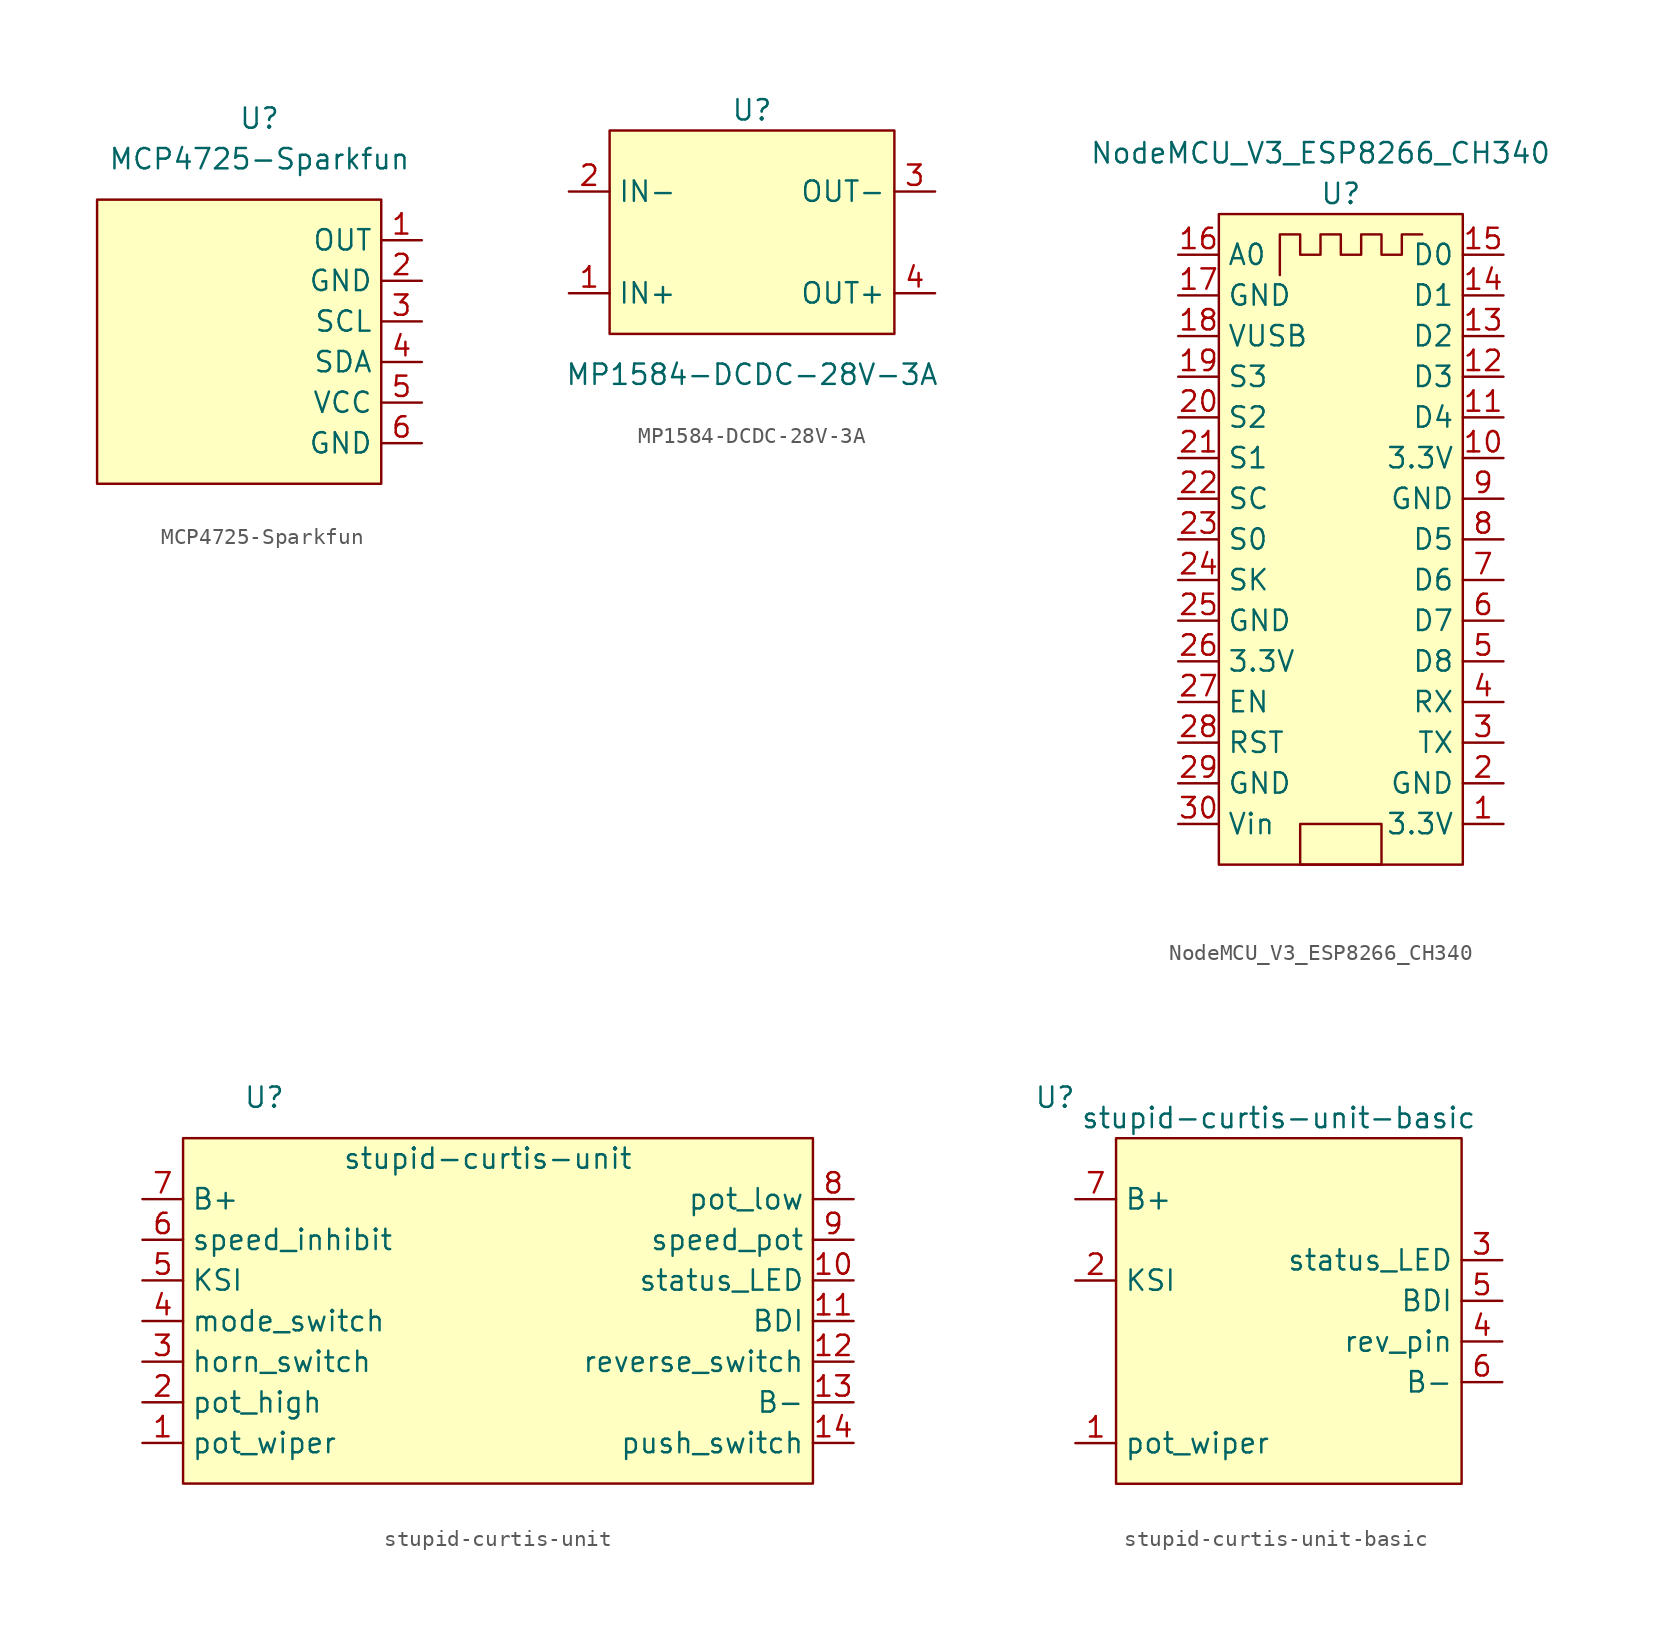
<source format=kicad_sym>
(kicad_symbol_lib
  (version 20211014)
  (generator kicad_symbol_editor)
  (symbol "MCP4725-Sparkfun"
    (property "Reference" "U"
      (at -10.16 5.08 0)
      (effects (font (size 1.27 1.27))))
    (property "Value" "MCP4725-Sparkfun"
      (at -10.16 2.54 0)
      (effects (font (size 1.27 1.27))))
    (symbol "MCP4725-Sparkfun_0_1"
      (rectangle (start -2.54 0) (end -20.32 -17.78) (stroke (width 0) (type default) (color 0 0 0 0)) (fill (type background))))
    (symbol "MCP4725-Sparkfun_1_1"
      (pin output line (at 0 -2.54 180) (length 2.54) (name "OUT" (effects (font (size 1.27 1.27)))) (number "1" (effects (font (size 1.27 1.27)))))
      (pin power_in line (at 0 -5.08 180) (length 2.54) (name "GND" (effects (font (size 1.27 1.27)))) (number "2" (effects (font (size 1.27 1.27)))))
      (pin input line (at 0 -7.62 180) (length 2.54) (name "SCL" (effects (font (size 1.27 1.27)))) (number "3" (effects (font (size 1.27 1.27)))))
      (pin input line (at 0 -10.16 180) (length 2.54) (name "SDA" (effects (font (size 1.27 1.27)))) (number "4" (effects (font (size 1.27 1.27)))))
      (pin power_in line (at 0 -12.7 180) (length 2.54) (name "VCC" (effects (font (size 1.27 1.27)))) (number "5" (effects (font (size 1.27 1.27)))))
      (pin power_in line (at 0 -15.24 180) (length 2.54) (name "GND" (effects (font (size 1.27 1.27)))) (number "6" (effects (font (size 1.27 1.27)))))))
  (symbol "MP1584-DCDC-28V-3A"
    (property "Reference" "U"
      (at 0 7.62 0)
      (effects (font (size 1.27 1.27))))
    (property "Value" "MP1584-DCDC-28V-3A"
      (at 0 -8.89 0)
      (effects (font (size 1.27 1.27))))
    (symbol "MP1584-DCDC-28V-3A_0_1"
      (rectangle (start -8.89 6.35) (end 8.89 -6.35) (stroke (width 0) (type default) (color 0 0 0 0)) (fill (type background))))
    (symbol "MP1584-DCDC-28V-3A_1_1"
      (pin power_in line (at -11.43 -3.81 0) (length 2.54) (name "IN+" (effects (font (size 1.27 1.27)))) (number "1" (effects (font (size 1.27 1.27)))))
      (pin power_in line (at -11.43 2.54 0) (length 2.54) (name "IN-" (effects (font (size 1.27 1.27)))) (number "2" (effects (font (size 1.27 1.27)))))
      (pin power_in line (at 11.43 2.54 180) (length 2.54) (name "OUT-" (effects (font (size 1.27 1.27)))) (number "3" (effects (font (size 1.27 1.27)))))
      (pin power_out line (at 11.43 -3.81 180) (length 2.54) (name "OUT+" (effects (font (size 1.27 1.27)))) (number "4" (effects (font (size 1.27 1.27)))))))
  (symbol "NodeMCU_V3_ESP8266_CH340"
    (property "Reference" "U"
      (at 0 7.62 0)
      (effects (font (size 1.27 1.27))))
    (property "Value" "NodeMCU_V3_ESP8266_CH340"
      (at -1.27 10.16 0)
      (effects (font (size 1.27 1.27))))
    (symbol "NodeMCU_V3_ESP8266_CH340_0_1"
      (rectangle (start -7.62 6.35) (end 7.62 -34.29) (stroke (width 0) (type default) (color 0 0 0 0)) (fill (type background)))
      (polyline (pts (xy -3.81 2.54) (xy -3.81 5.08) (xy -2.54 5.08) (xy -2.54 3.81) (xy -1.27 3.81) (xy -1.27 5.08) (xy 0 5.08) (xy 0 3.81) (xy 1.27 3.81) (xy 1.27 5.08) (xy 2.54 5.08) (xy 2.54 3.81) (xy 3.81 3.81) (xy 3.81 5.08) (xy 5.08 5.08)) (stroke (width 0) (type default) (color 0 0 0 0)) (fill (type none)))
      (rectangle (start 2.54 -34.29) (end -2.54 -31.75) (stroke (width 0) (type default) (color 0 0 0 0)) (fill (type none))))
    (symbol "NodeMCU_V3_ESP8266_CH340_1_1"
      (pin power_in line (at 10.16 -31.75 180) (length 2.54) (name "3.3V" (effects (font (size 1.27 1.27)))) (number "1" (effects (font (size 1.27 1.27)))))
      (pin power_in line (at 10.16 -8.89 180) (length 2.54) (name "3.3V" (effects (font (size 1.27 1.27)))) (number "10" (effects (font (size 1.27 1.27)))))
      (pin bidirectional line (at 10.16 -6.35 180) (length 2.54) (name "D4" (effects (font (size 1.27 1.27)))) (number "11" (effects (font (size 1.27 1.27)))))
      (pin bidirectional line (at 10.16 -3.81 180) (length 2.54) (name "D3" (effects (font (size 1.27 1.27)))) (number "12" (effects (font (size 1.27 1.27)))))
      (pin bidirectional line (at 10.16 -1.27 180) (length 2.54) (name "D2" (effects (font (size 1.27 1.27)))) (number "13" (effects (font (size 1.27 1.27)))))
      (pin bidirectional line (at 10.16 1.27 180) (length 2.54) (name "D1" (effects (font (size 1.27 1.27)))) (number "14" (effects (font (size 1.27 1.27)))))
      (pin bidirectional line (at 10.16 3.81 180) (length 2.54) (name "D0" (effects (font (size 1.27 1.27)))) (number "15" (effects (font (size 1.27 1.27)))))
      (pin bidirectional line (at -10.16 3.81 0) (length 2.54) (name "A0" (effects (font (size 1.27 1.27)))) (number "16" (effects (font (size 1.27 1.27)))))
      (pin power_in line (at -10.16 1.27 0) (length 2.54) (name "GND" (effects (font (size 1.27 1.27)))) (number "17" (effects (font (size 1.27 1.27)))))
      (pin power_in line (at -10.16 -1.27 0) (length 2.54) (name "VUSB" (effects (font (size 1.27 1.27)))) (number "18" (effects (font (size 1.27 1.27)))))
      (pin bidirectional line (at -10.16 -3.81 0) (length 2.54) (name "S3" (effects (font (size 1.27 1.27)))) (number "19" (effects (font (size 1.27 1.27)))))
      (pin power_in line (at 10.16 -29.21 180) (length 2.54) (name "GND" (effects (font (size 1.27 1.27)))) (number "2" (effects (font (size 1.27 1.27)))))
      (pin bidirectional line (at -10.16 -6.35 0) (length 2.54) (name "S2" (effects (font (size 1.27 1.27)))) (number "20" (effects (font (size 1.27 1.27)))))
      (pin bidirectional line (at -10.16 -8.89 0) (length 2.54) (name "S1" (effects (font (size 1.27 1.27)))) (number "21" (effects (font (size 1.27 1.27)))))
      (pin bidirectional line (at -10.16 -11.43 0) (length 2.54) (name "SC" (effects (font (size 1.27 1.27)))) (number "22" (effects (font (size 1.27 1.27)))))
      (pin bidirectional line (at -10.16 -13.97 0) (length 2.54) (name "S0" (effects (font (size 1.27 1.27)))) (number "23" (effects (font (size 1.27 1.27)))))
      (pin bidirectional line (at -10.16 -16.51 0) (length 2.54) (name "SK" (effects (font (size 1.27 1.27)))) (number "24" (effects (font (size 1.27 1.27)))))
      (pin power_in line (at -10.16 -19.05 0) (length 2.54) (name "GND" (effects (font (size 1.27 1.27)))) (number "25" (effects (font (size 1.27 1.27)))))
      (pin power_in line (at -10.16 -21.59 0) (length 2.54) (name "3.3V" (effects (font (size 1.27 1.27)))) (number "26" (effects (font (size 1.27 1.27)))))
      (pin bidirectional line (at -10.16 -24.13 0) (length 2.54) (name "EN" (effects (font (size 1.27 1.27)))) (number "27" (effects (font (size 1.27 1.27)))))
      (pin bidirectional line (at -10.16 -26.67 0) (length 2.54) (name "RST" (effects (font (size 1.27 1.27)))) (number "28" (effects (font (size 1.27 1.27)))))
      (pin power_in line (at -10.16 -29.21 0) (length 2.54) (name "GND" (effects (font (size 1.27 1.27)))) (number "29" (effects (font (size 1.27 1.27)))))
      (pin bidirectional line (at 10.16 -26.67 180) (length 2.54) (name "TX" (effects (font (size 1.27 1.27)))) (number "3" (effects (font (size 1.27 1.27)))))
      (pin power_in line (at -10.16 -31.75 0) (length 2.54) (name "Vin" (effects (font (size 1.27 1.27)))) (number "30" (effects (font (size 1.27 1.27)))))
      (pin bidirectional line (at 10.16 -24.13 180) (length 2.54) (name "RX" (effects (font (size 1.27 1.27)))) (number "4" (effects (font (size 1.27 1.27)))))
      (pin bidirectional line (at 10.16 -21.59 180) (length 2.54) (name "D8" (effects (font (size 1.27 1.27)))) (number "5" (effects (font (size 1.27 1.27)))))
      (pin bidirectional line (at 10.16 -19.05 180) (length 2.54) (name "D7" (effects (font (size 1.27 1.27)))) (number "6" (effects (font (size 1.27 1.27)))))
      (pin bidirectional line (at 10.16 -16.51 180) (length 2.54) (name "D6" (effects (font (size 1.27 1.27)))) (number "7" (effects (font (size 1.27 1.27)))))
      (pin bidirectional line (at 10.16 -13.97 180) (length 2.54) (name "D5" (effects (font (size 1.27 1.27)))) (number "8" (effects (font (size 1.27 1.27)))))
      (pin power_in line (at 10.16 -11.43 180) (length 2.54) (name "GND" (effects (font (size 1.27 1.27)))) (number "9" (effects (font (size 1.27 1.27)))))))
  (symbol "stupid-curtis-unit"
    (property "Reference" "U"
      (at -13.97 15.24 0)
      (effects (font (size 1.27 1.27))))
    (property "Value" "stupid-curtis-unit"
      (at 0 11.43 0)
      (effects (font (size 1.27 1.27))))
    (symbol "stupid-curtis-unit_0_1"
      (rectangle (start -19.05 12.7) (end 20.32 -8.89) (stroke (width 0) (type default) (color 0 0 0 0)) (fill (type background))))
    (symbol "stupid-curtis-unit_1_1"
      (pin input line (at -21.59 -6.35 0) (length 2.54) (name "pot_wiper" (effects (font (size 1.27 1.27)))) (number "1" (effects (font (size 1.27 1.27)))))
      (pin open_collector line (at 22.86 3.81 180) (length 2.54) (name "status_LED" (effects (font (size 1.27 1.27)))) (number "10" (effects (font (size 1.27 1.27)))))
      (pin output line (at 22.86 1.27 180) (length 2.54) (name "BDI" (effects (font (size 1.27 1.27)))) (number "11" (effects (font (size 1.27 1.27)))))
      (pin input line (at 22.86 -1.27 180) (length 2.54) (name "reverse_switch" (effects (font (size 1.27 1.27)))) (number "12" (effects (font (size 1.27 1.27)))))
      (pin power_in line (at 22.86 -3.81 180) (length 2.54) (name "B-" (effects (font (size 1.27 1.27)))) (number "13" (effects (font (size 1.27 1.27)))))
      (pin input line (at 22.86 -6.35 180) (length 2.54) (name "push_switch" (effects (font (size 1.27 1.27)))) (number "14" (effects (font (size 1.27 1.27)))))
      (pin output line (at -21.59 -3.81 0) (length 2.54) (name "pot_high" (effects (font (size 1.27 1.27)))) (number "2" (effects (font (size 1.27 1.27)))))
      (pin open_collector line (at -21.59 -1.27 0) (length 2.54) (name "horn_switch" (effects (font (size 1.27 1.27)))) (number "3" (effects (font (size 1.27 1.27)))))
      (pin input line (at -21.59 1.27 0) (length 2.54) (name "mode_switch" (effects (font (size 1.27 1.27)))) (number "4" (effects (font (size 1.27 1.27)))))
      (pin input line (at -21.59 3.81 0) (length 2.54) (name "KSI" (effects (font (size 1.27 1.27)))) (number "5" (effects (font (size 1.27 1.27)))))
      (pin input line (at -21.59 6.35 0) (length 2.54) (name "speed_inhibit" (effects (font (size 1.27 1.27)))) (number "6" (effects (font (size 1.27 1.27)))))
      (pin power_out line (at -21.59 8.89 0) (length 2.54) (name "B+" (effects (font (size 1.27 1.27)))) (number "7" (effects (font (size 1.27 1.27)))))
      (pin input line (at 22.86 8.89 180) (length 2.54) (name "pot_low" (effects (font (size 1.27 1.27)))) (number "8" (effects (font (size 1.27 1.27)))))
      (pin input line (at 22.86 6.35 180) (length 2.54) (name "speed_pot" (effects (font (size 1.27 1.27)))) (number "9" (effects (font (size 1.27 1.27)))))))
  (symbol "stupid-curtis-unit-basic"
    (property "Reference" "U"
      (at -13.97 15.24 0)
      (effects (font (size 1.27 1.27))))
    (property "Value" "stupid-curtis-unit-basic"
      (at 0 13.97 0)
      (effects (font (size 1.27 1.27))))
    (symbol "stupid-curtis-unit-basic_0_1"
      (rectangle (start -10.16 12.7) (end 11.43 -8.89) (stroke (width 0) (type default) (color 0 0 0 0)) (fill (type background))))
    (symbol "stupid-curtis-unit-basic_1_1"
      (pin input line (at -12.7 -6.35 0) (length 2.54) (name "pot_wiper" (effects (font (size 1.27 1.27)))) (number "1" (effects (font (size 1.27 1.27)))))
      (pin input line (at -12.7 3.81 0) (length 2.54) (name "KSI" (effects (font (size 1.27 1.27)))) (number "2" (effects (font (size 1.27 1.27)))))
      (pin open_collector line (at 13.97 5.08 180) (length 2.54) (name "status_LED" (effects (font (size 1.27 1.27)))) (number "3" (effects (font (size 1.27 1.27)))))
      (pin input line (at 13.97 0 180) (length 2.54) (name "rev_pin" (effects (font (size 1.27 1.27)))) (number "4" (effects (font (size 1.27 1.27)))))
      (pin output line (at 13.97 2.54 180) (length 2.54) (name "BDI" (effects (font (size 1.27 1.27)))) (number "5" (effects (font (size 1.27 1.27)))))
      (pin power_in line (at 13.97 -2.54 180) (length 2.54) (name "B-" (effects (font (size 1.27 1.27)))) (number "6" (effects (font (size 1.27 1.27)))))
      (pin power_out line (at -12.7 8.89 0) (length 2.54) (name "B+" (effects (font (size 1.27 1.27)))) (number "7" (effects (font (size 1.27 1.27))))))))
</source>
